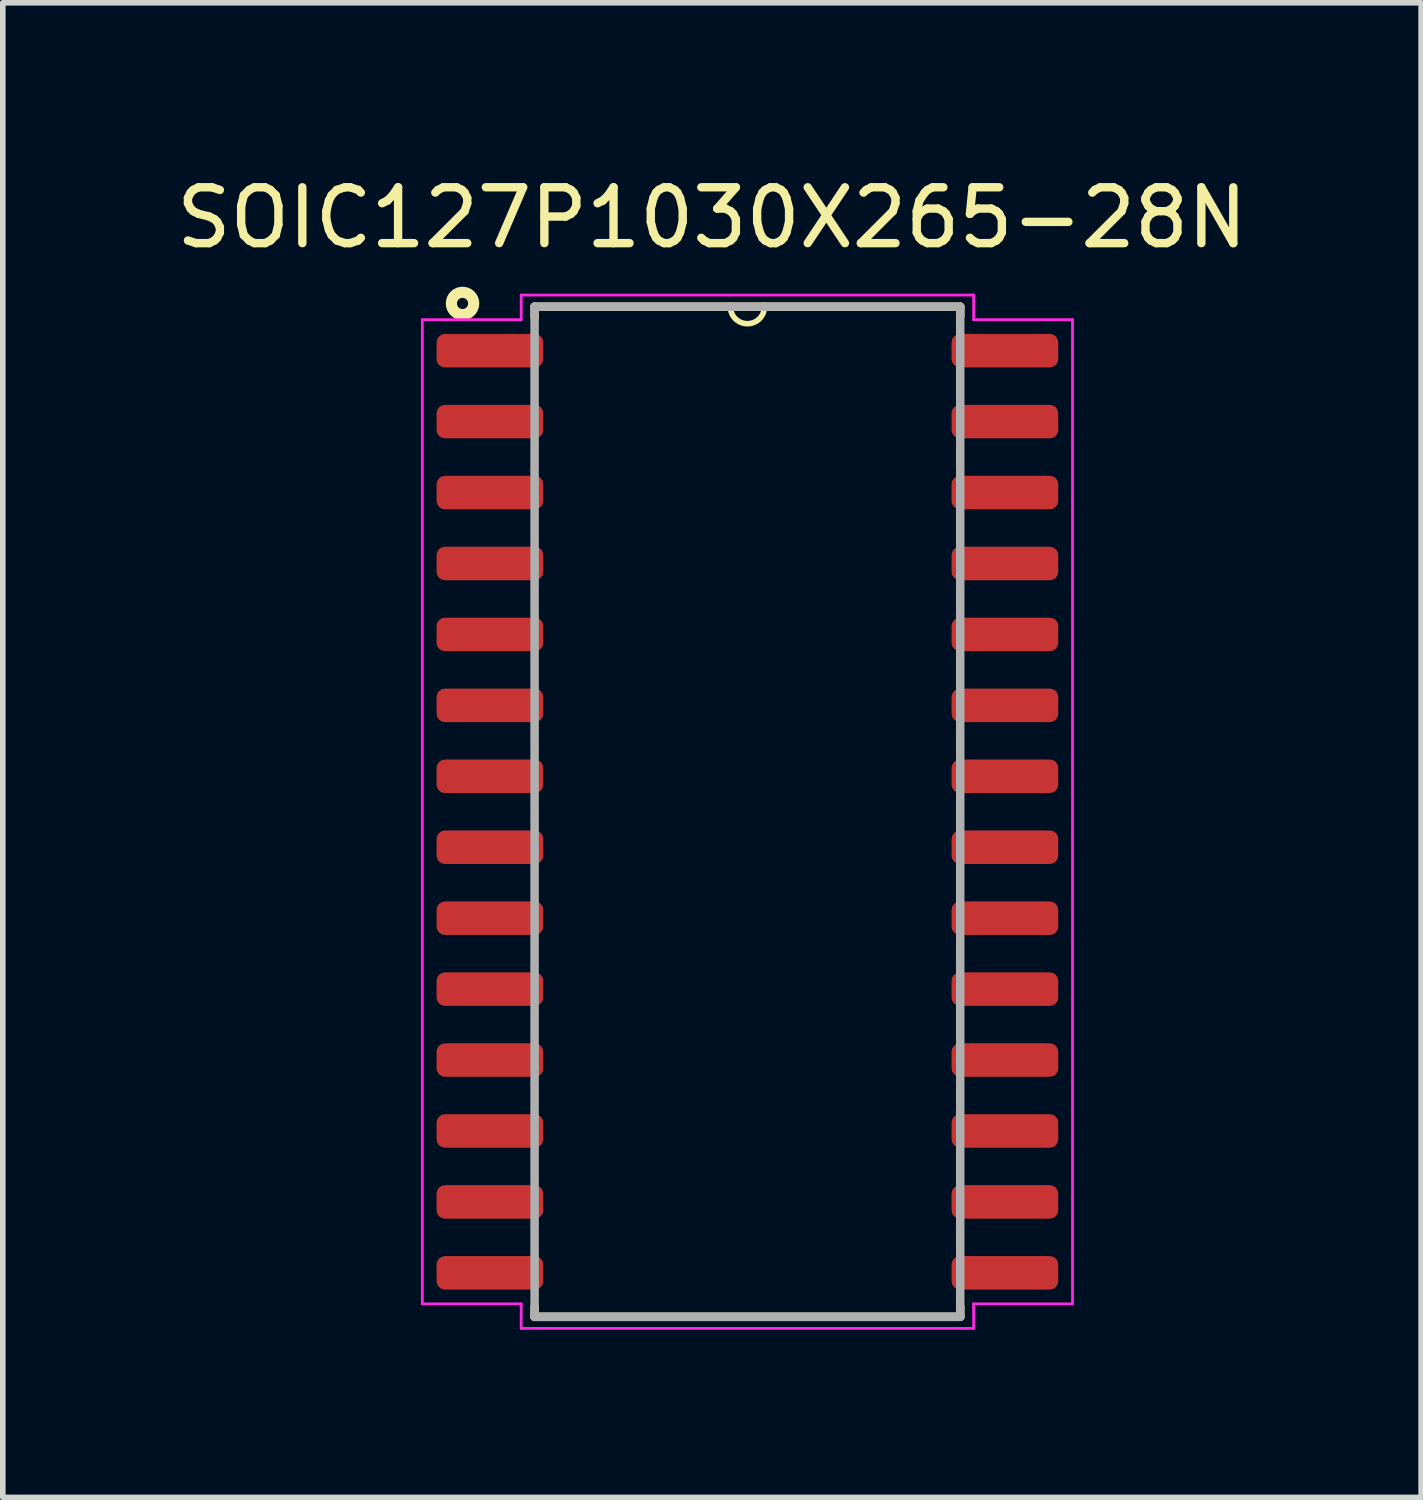
<source format=kicad_pcb>
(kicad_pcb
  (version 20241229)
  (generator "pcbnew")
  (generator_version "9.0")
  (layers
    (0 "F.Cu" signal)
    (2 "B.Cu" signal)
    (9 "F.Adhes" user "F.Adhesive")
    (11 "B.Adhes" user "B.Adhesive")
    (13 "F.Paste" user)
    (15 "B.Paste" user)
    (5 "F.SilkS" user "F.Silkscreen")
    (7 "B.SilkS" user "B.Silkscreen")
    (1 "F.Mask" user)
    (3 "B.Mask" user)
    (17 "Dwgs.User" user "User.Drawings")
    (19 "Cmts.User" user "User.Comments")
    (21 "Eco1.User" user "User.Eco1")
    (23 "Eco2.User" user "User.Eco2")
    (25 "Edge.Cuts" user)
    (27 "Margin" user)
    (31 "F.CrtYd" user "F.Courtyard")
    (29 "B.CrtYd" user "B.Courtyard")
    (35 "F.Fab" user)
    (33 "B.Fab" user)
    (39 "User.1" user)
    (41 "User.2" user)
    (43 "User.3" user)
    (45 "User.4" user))
  (footprint "SOIC127P1030X265-28N"
    (layer "F.Cu")
    (at 10.331 11.483)
    (property "Reference" "SOIC127P1030X265-28N" (at -0.635 -10.635 0) (layer "F.SilkS") (effects (font (size 1 1) (thickness 0.15))))
    (attr smd)
    (fp_line (start -3.81 -9.042) (end -3.81 -8.865) (stroke (width 0.152) (type solid)) (layer "F.SilkS"))
    (fp_line (start -3.81 8.865) (end -3.81 9.042) (stroke (width 0.152) (type solid)) (layer "F.SilkS"))
    (fp_line (start -3.81 9.042) (end 3.81 9.042) (stroke (width 0.152) (type solid)) (layer "F.SilkS"))
    (fp_line (start -0.305 -9.042) (end -3.81 -9.042) (stroke (width 0.152) (type solid)) (layer "F.SilkS"))
    (fp_line (start 0.305 -9.042) (end -0.305 -9.042) (stroke (width 0.152) (type solid)) (layer "F.SilkS"))
    (fp_line (start 3.81 -9.042) (end 0.305 -9.042) (stroke (width 0.152) (type solid)) (layer "F.SilkS"))
    (fp_line (start 3.81 -8.865) (end 3.81 -9.042) (stroke (width 0.152) (type solid)) (layer "F.SilkS"))
    (fp_line (start 3.81 9.042) (end 3.81 8.865) (stroke (width 0.152) (type solid)) (layer "F.SilkS"))
    (fp_arc (start 0.3048 -9.0424) (mid 0 -8.7376) (end -0.3048 -9.0424) (stroke (width 0.1) (type solid)) (layer "F.SilkS"))
    (fp_circle (center -5.1 -9.1) (end -4.9 -9.1) (stroke (width 0.2) (type solid)) (fill no) (layer "F.SilkS"))
    (fp_line (start -5.82 -8.81) (end -4.05 -8.81) (stroke (width 0.05) (type solid)) (layer "F.CrtYd"))
    (fp_line (start -5.82 8.81) (end -5.82 -8.81) (stroke (width 0.05) (type solid)) (layer "F.CrtYd"))
    (fp_line (start -4.05 -9.25) (end 4.05 -9.25) (stroke (width 0.05) (type solid)) (layer "F.CrtYd"))
    (fp_line (start -4.05 -8.81) (end -4.05 -9.25) (stroke (width 0.05) (type solid)) (layer "F.CrtYd"))
    (fp_line (start -4.05 8.81) (end -5.82 8.81) (stroke (width 0.05) (type solid)) (layer "F.CrtYd"))
    (fp_line (start -4.05 9.25) (end -4.05 8.81) (stroke (width 0.05) (type solid)) (layer "F.CrtYd"))
    (fp_line (start 4.05 -9.25) (end 4.05 -8.81) (stroke (width 0.05) (type solid)) (layer "F.CrtYd"))
    (fp_line (start 4.05 -8.81) (end 5.82 -8.81) (stroke (width 0.05) (type solid)) (layer "F.CrtYd"))
    (fp_line (start 4.05 8.81) (end 4.05 9.25) (stroke (width 0.05) (type solid)) (layer "F.CrtYd"))
    (fp_line (start 4.05 9.25) (end -4.05 9.25) (stroke (width 0.05) (type solid)) (layer "F.CrtYd"))
    (fp_line (start 5.82 -8.81) (end 5.82 8.81) (stroke (width 0.05) (type solid)) (layer "F.CrtYd"))
    (fp_line (start 5.82 8.81) (end 4.05 8.81) (stroke (width 0.05) (type solid)) (layer "F.CrtYd"))
    (fp_line (start -3.81 -9.042) (end -3.81 9.042) (stroke (width 0.152) (type solid)) (layer "F.Fab"))
    (fp_line (start -3.81 9.042) (end 3.81 9.042) (stroke (width 0.152) (type solid)) (layer "F.Fab"))
    (fp_line (start 3.81 -9.042) (end -3.81 -9.042) (stroke (width 0.152) (type solid)) (layer "F.Fab"))
    (fp_line (start 3.81 9.042) (end 3.81 -9.042) (stroke (width 0.152) (type solid)) (layer "F.Fab"))
    (pad "1" smd roundrect (at -4.61 -8.255) (size 1.91 0.6) (layers "F.Cu" "F.Mask" "F.Paste") (roundrect_rratio 0.25))
    (pad "2" smd roundrect (at -4.61 -6.985) (size 1.91 0.6) (layers "F.Cu" "F.Mask" "F.Paste") (roundrect_rratio 0.25))
    (pad "3" smd roundrect (at -4.61 -5.715) (size 1.91 0.6) (layers "F.Cu" "F.Mask" "F.Paste") (roundrect_rratio 0.25))
    (pad "4" smd roundrect (at -4.61 -4.445) (size 1.91 0.6) (layers "F.Cu" "F.Mask" "F.Paste") (roundrect_rratio 0.25))
    (pad "5" smd roundrect (at -4.61 -3.175) (size 1.91 0.6) (layers "F.Cu" "F.Mask" "F.Paste") (roundrect_rratio 0.25))
    (pad "6" smd roundrect (at -4.61 -1.905) (size 1.91 0.6) (layers "F.Cu" "F.Mask" "F.Paste") (roundrect_rratio 0.25))
    (pad "7" smd roundrect (at -4.61 -0.635) (size 1.91 0.6) (layers "F.Cu" "F.Mask" "F.Paste") (roundrect_rratio 0.25))
    (pad "8" smd roundrect (at -4.61 0.635) (size 1.91 0.6) (layers "F.Cu" "F.Mask" "F.Paste") (roundrect_rratio 0.25))
    (pad "9" smd roundrect (at -4.61 1.905) (size 1.91 0.6) (layers "F.Cu" "F.Mask" "F.Paste") (roundrect_rratio 0.25))
    (pad "10" smd roundrect (at -4.61 3.175) (size 1.91 0.6) (layers "F.Cu" "F.Mask" "F.Paste") (roundrect_rratio 0.25))
    (pad "11" smd roundrect (at -4.61 4.445) (size 1.91 0.6) (layers "F.Cu" "F.Mask" "F.Paste") (roundrect_rratio 0.25))
    (pad "12" smd roundrect (at -4.61 5.715) (size 1.91 0.6) (layers "F.Cu" "F.Mask" "F.Paste") (roundrect_rratio 0.25))
    (pad "13" smd roundrect (at -4.61 6.985) (size 1.91 0.6) (layers "F.Cu" "F.Mask" "F.Paste") (roundrect_rratio 0.25))
    (pad "14" smd roundrect (at -4.61 8.255) (size 1.91 0.6) (layers "F.Cu" "F.Mask" "F.Paste") (roundrect_rratio 0.25))
    (pad "15" smd roundrect (at 4.61 8.255) (size 1.91 0.6) (layers "F.Cu" "F.Mask" "F.Paste") (roundrect_rratio 0.25))
    (pad "16" smd roundrect (at 4.61 6.985) (size 1.91 0.6) (layers "F.Cu" "F.Mask" "F.Paste") (roundrect_rratio 0.25))
    (pad "17" smd roundrect (at 4.61 5.715) (size 1.91 0.6) (layers "F.Cu" "F.Mask" "F.Paste") (roundrect_rratio 0.25))
    (pad "18" smd roundrect (at 4.61 4.445) (size 1.91 0.6) (layers "F.Cu" "F.Mask" "F.Paste") (roundrect_rratio 0.25))
    (pad "19" smd roundrect (at 4.61 3.175) (size 1.91 0.6) (layers "F.Cu" "F.Mask" "F.Paste") (roundrect_rratio 0.25))
    (pad "20" smd roundrect (at 4.61 1.905) (size 1.91 0.6) (layers "F.Cu" "F.Mask" "F.Paste") (roundrect_rratio 0.25))
    (pad "21" smd roundrect (at 4.61 0.635) (size 1.91 0.6) (layers "F.Cu" "F.Mask" "F.Paste") (roundrect_rratio 0.25))
    (pad "22" smd roundrect (at 4.61 -0.635) (size 1.91 0.6) (layers "F.Cu" "F.Mask" "F.Paste") (roundrect_rratio 0.25))
    (pad "23" smd roundrect (at 4.61 -1.905) (size 1.91 0.6) (layers "F.Cu" "F.Mask" "F.Paste") (roundrect_rratio 0.25))
    (pad "24" smd roundrect (at 4.61 -3.175) (size 1.91 0.6) (layers "F.Cu" "F.Mask" "F.Paste") (roundrect_rratio 0.25))
    (pad "25" smd roundrect (at 4.61 -4.445) (size 1.91 0.6) (layers "F.Cu" "F.Mask" "F.Paste") (roundrect_rratio 0.25))
    (pad "26" smd roundrect (at 4.61 -5.715) (size 1.91 0.6) (layers "F.Cu" "F.Mask" "F.Paste") (roundrect_rratio 0.25))
    (pad "27" smd roundrect (at 4.61 -6.985) (size 1.91 0.6) (layers "F.Cu" "F.Mask" "F.Paste") (roundrect_rratio 0.25))
    (pad "28" smd roundrect (at 4.61 -8.255) (size 1.91 0.6) (layers "F.Cu" "F.Mask" "F.Paste") (roundrect_rratio 0.25)))
  (gr_rect
    (start -3 -3)
    (end 22.393 23.758)
    (stroke (width 0.1) (type default))
    (fill no)
    (layer "Edge.Cuts")))
</source>
